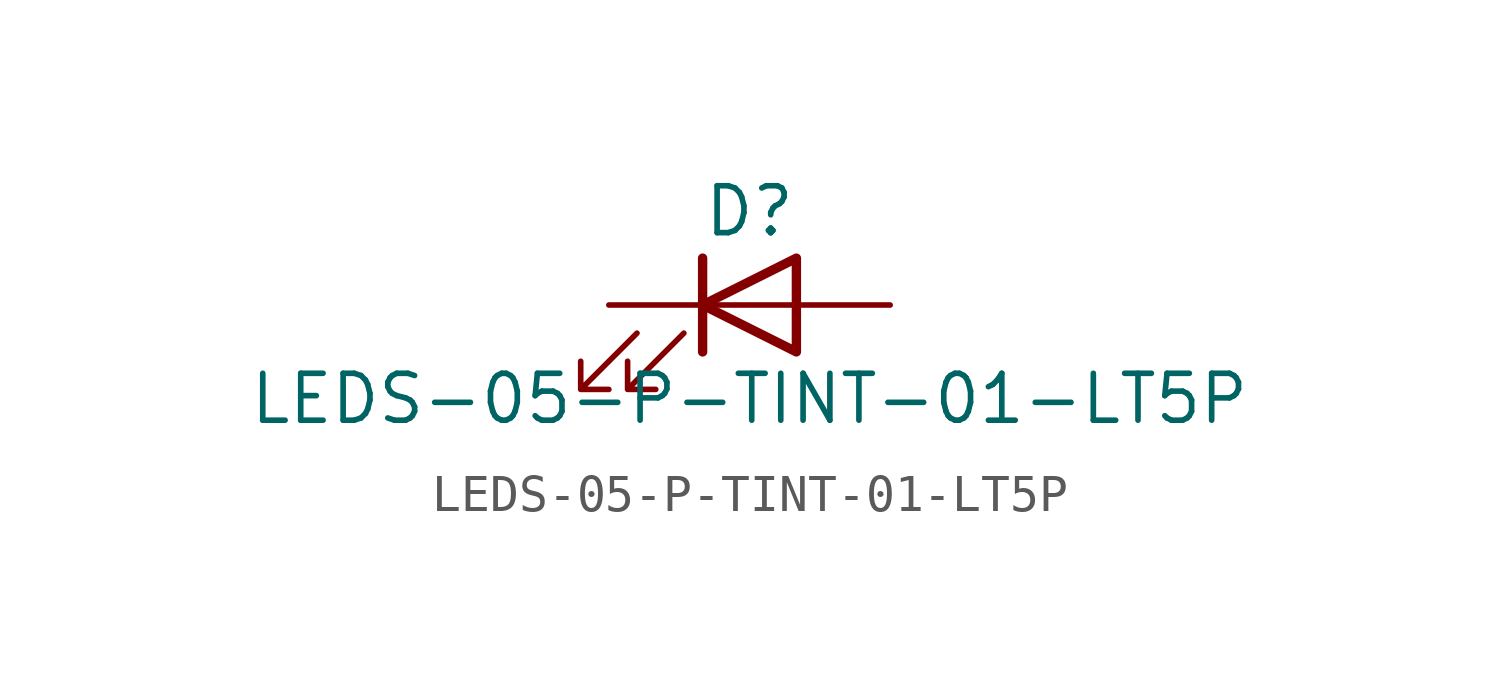
<source format=kicad_sym>
(kicad_symbol_lib
  (version 20211014)
  (generator kicad_symbol_editor)
  (symbol "LEDS-05-P-TINT-01-LT5P"
    (pin_numbers hide)
    (pin_names
      (offset 1.016) hide)
    (property "Reference" "D"
      (at 0 2.54 0)
      (effects (font (size 1.27 1.27))))
    (property "Value" "LEDS-05-P-TINT-01-LT5P"
      (at 0 -2.54 0)
      (effects (font (size 1.27 1.27))))
    (symbol "LEDS-05-P-TINT-01-LT5P_0_1"
      (polyline (pts (xy -1.27 -1.27) (xy -1.27 1.27)) (stroke (width 0.254) (type default) (color 0 0 0 0)) (fill (type none)))
      (polyline (pts (xy -1.27 0) (xy 1.27 0)) (stroke (width 0) (type default) (color 0 0 0 0)) (fill (type none)))
      (polyline (pts (xy 1.27 -1.27) (xy 1.27 1.27) (xy -1.27 0) (xy 1.27 -1.27)) (stroke (width 0.254) (type default) (color 0 0 0 0)) (fill (type none)))
      (polyline (pts (xy -3.048 -0.762) (xy -4.572 -2.286) (xy -3.81 -2.286) (xy -4.572 -2.286) (xy -4.572 -1.524)) (stroke (width 0) (type default) (color 0 0 0 0)) (fill (type none)))
      (polyline (pts (xy -1.778 -0.762) (xy -3.302 -2.286) (xy -2.54 -2.286) (xy -3.302 -2.286) (xy -3.302 -1.524)) (stroke (width 0) (type default) (color 0 0 0 0)) (fill (type none))))
    (symbol "LEDS-05-P-TINT-01-LT5P_1_1"
      (pin passive line (at -3.81 0 0) (length 2.54) (name "K" (effects (font (size 1.27 1.27)))) (number "1" (effects (font (size 1.27 1.27)))))
      (pin passive line (at 3.81 0 180) (length 2.54) (name "A" (effects (font (size 1.27 1.27)))) (number "2" (effects (font (size 1.27 1.27))))))))
</source>
